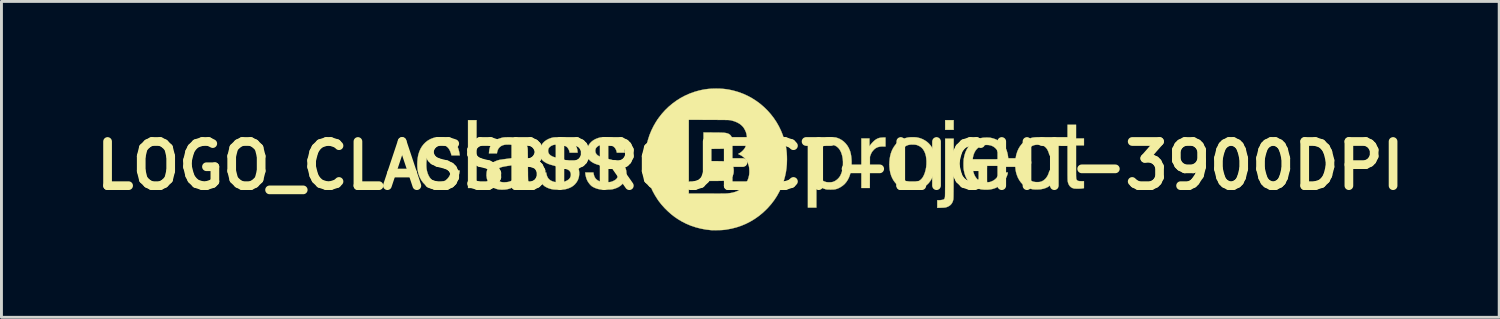
<source format=kicad_pcb>
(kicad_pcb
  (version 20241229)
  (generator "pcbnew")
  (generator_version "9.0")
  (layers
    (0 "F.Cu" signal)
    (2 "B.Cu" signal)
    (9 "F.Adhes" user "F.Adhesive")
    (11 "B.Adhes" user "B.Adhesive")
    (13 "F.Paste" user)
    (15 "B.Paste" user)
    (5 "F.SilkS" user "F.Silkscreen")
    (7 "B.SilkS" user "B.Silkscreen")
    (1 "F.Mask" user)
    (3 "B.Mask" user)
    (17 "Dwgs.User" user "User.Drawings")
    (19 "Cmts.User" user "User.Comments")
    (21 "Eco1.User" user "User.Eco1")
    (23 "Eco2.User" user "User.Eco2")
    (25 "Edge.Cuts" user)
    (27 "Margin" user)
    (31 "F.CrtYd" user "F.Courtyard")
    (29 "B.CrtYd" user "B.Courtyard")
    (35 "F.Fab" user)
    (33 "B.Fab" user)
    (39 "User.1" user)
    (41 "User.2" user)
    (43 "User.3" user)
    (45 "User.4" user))
  (footprint "LOGO_CLASSBPROJECT-LIGHT-3900DPI"
    (layer "F.Cu")
    (at 22.831 2.665)
    (property "Reference" "LOGO_CLASSBPROJECT-LIGHT-3900DPI" (at 0 0 0) (layer "F.SilkS") (effects (font (size 1.524 1.524) (thickness 0.3))))
    (attr through_hole)
    (fp_poly (pts (xy -9.444 0.769) (xy -9.737 0.769) (xy -9.737 -1.57) (xy -9.444 -1.57) (xy -9.444 0.769)) (stroke (width 0.01) (type solid)) (fill yes) (layer "F.SilkS"))
    (fp_poly (pts (xy 7.014 -1.237) (xy 6.721 -1.237) (xy 6.721 -1.57) (xy 7.014 -1.57) (xy 7.014 -1.237)) (stroke (width 0.01) (type solid)) (fill yes) (layer "F.SilkS"))
    (fp_poly (pts (xy 4.663 -0.664) (xy 4.576 -0.664) (xy 4.501 -0.661) (xy 4.436 -0.65) (xy 4.378 -0.632) (xy 4.327 -0.605) (xy 4.28 -0.569) (xy 4.255 -0.544) (xy 4.216 -0.5) (xy 4.186 -0.455) (xy 4.161 -0.405) (xy 4.146 -0.366) (xy 4.126 -0.309) (xy 4.122 0.769) (xy 3.83 0.769) (xy 3.83 -0.938) (xy 4.11 -0.938) (xy 4.11 -0.668) (xy 4.129 -0.698) (xy 4.151 -0.729) (xy 4.181 -0.765) (xy 4.215 -0.803) (xy 4.25 -0.838) (xy 4.284 -0.868) (xy 4.288 -0.872) (xy 4.339 -0.909) (xy 4.39 -0.936) (xy 4.442 -0.955) (xy 4.499 -0.966) (xy 4.564 -0.97) (xy 4.581 -0.97) (xy 4.663 -0.97) (xy 4.663 -0.664)) (stroke (width 0.01) (type solid)) (fill yes) (layer "F.SilkS"))
    (fp_poly (pts (xy -1.285 -0.156) (xy -1.194 -0.156) (xy -1.116 -0.156) (xy -1.049 -0.155) (xy -0.991 -0.154) (xy -0.941 -0.152) (xy -0.899 -0.149) (xy -0.864 -0.146) (xy -0.833 -0.141) (xy -0.807 -0.136) (xy -0.783 -0.13) (xy -0.761 -0.122) (xy -0.74 -0.113) (xy -0.725 -0.106) (xy -0.674 -0.075) (xy -0.633 -0.035) (xy -0.602 0.014) (xy -0.582 0.068) (xy -0.577 0.096) (xy -0.574 0.132) (xy -0.573 0.172) (xy -0.575 0.213) (xy -0.578 0.25) (xy -0.58 0.264) (xy -0.597 0.322) (xy -0.624 0.375) (xy -0.661 0.422) (xy -0.706 0.46) (xy -0.745 0.482) (xy -0.762 0.491) (xy -0.779 0.498) (xy -0.795 0.503) (xy -0.813 0.508) (xy -0.832 0.512) (xy -0.855 0.516) (xy -0.883 0.518) (xy -0.916 0.52) (xy -0.955 0.522) (xy -1.003 0.523) (xy -1.06 0.524) (xy -1.127 0.525) (xy -1.205 0.525) (xy -1.246 0.526) (xy -1.615 0.528) (xy -1.615 -0.156) (xy -1.285 -0.156)) (stroke (width 0.01) (type solid)) (fill yes) (layer "F.SilkS"))
    (fp_poly (pts (xy -1.265 -1.144) (xy -1.184 -1.144) (xy -1.115 -1.143) (xy -1.056 -1.142) (xy -1.006 -1.141) (xy -0.965 -1.139) (xy -0.93 -1.138) (xy -0.9 -1.135) (xy -0.875 -1.132) (xy -0.852 -1.129) (xy -0.831 -1.125) (xy -0.811 -1.12) (xy -0.789 -1.114) (xy -0.779 -1.111) (xy -0.734 -1.091) (xy -0.695 -1.061) (xy -0.666 -1.027) (xy -0.651 -1.002) (xy -0.64 -0.977) (xy -0.634 -0.949) (xy -0.63 -0.916) (xy -0.629 -0.873) (xy -0.629 -0.863) (xy -0.629 -0.826) (xy -0.631 -0.799) (xy -0.634 -0.778) (xy -0.639 -0.76) (xy -0.644 -0.748) (xy -0.668 -0.702) (xy -0.702 -0.665) (xy -0.747 -0.634) (xy -0.759 -0.628) (xy -0.778 -0.619) (xy -0.795 -0.612) (xy -0.812 -0.605) (xy -0.83 -0.6) (xy -0.849 -0.595) (xy -0.872 -0.592) (xy -0.899 -0.589) (xy -0.931 -0.587) (xy -0.971 -0.585) (xy -1.018 -0.584) (xy -1.073 -0.583) (xy -1.139 -0.582) (xy -1.217 -0.582) (xy -1.255 -0.581) (xy -1.615 -0.579) (xy -1.615 -1.147) (xy -1.265 -1.144)) (stroke (width 0.01) (type solid)) (fill yes) (layer "F.SilkS"))
    (fp_poly (pts (xy 7.012 0.103) (xy 7.012 0.239) (xy 7.012 0.363) (xy 7.012 0.476) (xy 7.011 0.577) (xy 7.011 0.668) (xy 7.011 0.748) (xy 7.01 0.82) (xy 7.01 0.882) (xy 7.009 0.937) (xy 7.009 0.984) (xy 7.008 1.025) (xy 7.008 1.059) (xy 7.007 1.087) (xy 7.006 1.111) (xy 7.005 1.13) (xy 7.004 1.146) (xy 7.003 1.158) (xy 7.002 1.168) (xy 7 1.176) (xy 6.999 1.182) (xy 6.978 1.248) (xy 6.948 1.304) (xy 6.909 1.35) (xy 6.861 1.388) (xy 6.803 1.418) (xy 6.751 1.436) (xy 6.731 1.441) (xy 6.704 1.444) (xy 6.671 1.447) (xy 6.627 1.449) (xy 6.58 1.451) (xy 6.448 1.454) (xy 6.448 1.192) (xy 6.489 1.192) (xy 6.525 1.191) (xy 6.564 1.187) (xy 6.602 1.182) (xy 6.635 1.176) (xy 6.66 1.169) (xy 6.663 1.168) (xy 6.681 1.157) (xy 6.695 1.141) (xy 6.705 1.116) (xy 6.713 1.081) (xy 6.714 1.071) (xy 6.715 1.058) (xy 6.716 1.032) (xy 6.717 0.994) (xy 6.718 0.944) (xy 6.718 0.882) (xy 6.719 0.809) (xy 6.72 0.725) (xy 6.72 0.631) (xy 6.72 0.526) (xy 6.721 0.412) (xy 6.721 0.288) (xy 6.721 0.155) (xy 6.721 0.047) (xy 6.721 -0.931) (xy 7.015 -0.931) (xy 7.012 0.103)) (stroke (width 0.01) (type solid)) (fill yes) (layer "F.SilkS"))
    (fp_poly (pts (xy 11.235 -0.938) (xy 11.508 -0.938) (xy 11.508 -0.703) (xy 11.235 -0.703) (xy 11.235 -0.132) (xy 11.235 -0.032) (xy 11.235 0.055) (xy 11.235 0.131) (xy 11.235 0.197) (xy 11.235 0.253) (xy 11.236 0.3) (xy 11.236 0.339) (xy 11.237 0.371) (xy 11.238 0.396) (xy 11.239 0.416) (xy 11.24 0.432) (xy 11.241 0.444) (xy 11.242 0.452) (xy 11.244 0.459) (xy 11.246 0.464) (xy 11.247 0.466) (xy 11.26 0.489) (xy 11.275 0.507) (xy 11.296 0.519) (xy 11.322 0.528) (xy 11.358 0.532) (xy 11.403 0.534) (xy 11.42 0.534) (xy 11.508 0.534) (xy 11.508 0.773) (xy 11.471 0.782) (xy 11.446 0.785) (xy 11.411 0.789) (xy 11.371 0.791) (xy 11.326 0.792) (xy 11.281 0.792) (xy 11.239 0.792) (xy 11.201 0.79) (xy 11.171 0.788) (xy 11.155 0.785) (xy 11.1 0.766) (xy 11.054 0.737) (xy 11.016 0.7) (xy 10.985 0.652) (xy 10.962 0.594) (xy 10.952 0.556) (xy 10.95 0.546) (xy 10.949 0.535) (xy 10.947 0.522) (xy 10.946 0.505) (xy 10.945 0.483) (xy 10.944 0.457) (xy 10.943 0.424) (xy 10.943 0.385) (xy 10.942 0.338) (xy 10.942 0.283) (xy 10.942 0.218) (xy 10.942 0.143) (xy 10.942 0.058) (xy 10.942 -0.04) (xy 10.942 -0.097) (xy 10.942 -0.703) (xy 10.707 -0.703) (xy 10.707 -0.938) (xy 10.942 -0.938) (xy 10.942 -1.413) (xy 11.235 -1.413) (xy 11.235 -0.938)) (stroke (width 0.01) (type solid)) (fill yes) (layer "F.SilkS"))
    (fp_poly (pts (xy -10.633 -0.982) (xy -10.59 -0.98) (xy -10.57 -0.977) (xy -10.477 -0.958) (xy -10.392 -0.931) (xy -10.315 -0.894) (xy -10.248 -0.849) (xy -10.19 -0.796) (xy -10.168 -0.771) (xy -10.128 -0.713) (xy -10.095 -0.647) (xy -10.067 -0.57) (xy -10.044 -0.482) (xy -10.027 -0.386) (xy -10.023 -0.358) (xy -10.308 -0.358) (xy -10.323 -0.415) (xy -10.344 -0.478) (xy -10.372 -0.538) (xy -10.404 -0.591) (xy -10.436 -0.628) (xy -10.476 -0.663) (xy -10.519 -0.689) (xy -10.569 -0.707) (xy -10.626 -0.718) (xy -10.692 -0.723) (xy -10.707 -0.723) (xy -10.751 -0.722) (xy -10.79 -0.718) (xy -10.82 -0.713) (xy -10.821 -0.713) (xy -10.888 -0.69) (xy -10.948 -0.655) (xy -11.002 -0.609) (xy -11.048 -0.553) (xy -11.088 -0.485) (xy -11.121 -0.406) (xy -11.147 -0.316) (xy -11.16 -0.256) (xy -11.166 -0.209) (xy -11.171 -0.154) (xy -11.174 -0.094) (xy -11.175 -0.032) (xy -11.174 0.027) (xy -11.17 0.08) (xy -11.167 0.111) (xy -11.15 0.197) (xy -11.125 0.277) (xy -11.094 0.348) (xy -11.056 0.411) (xy -11.013 0.462) (xy -10.973 0.499) (xy -10.931 0.525) (xy -10.885 0.545) (xy -10.853 0.554) (xy -10.809 0.562) (xy -10.758 0.566) (xy -10.705 0.566) (xy -10.656 0.562) (xy -10.623 0.557) (xy -10.562 0.536) (xy -10.506 0.503) (xy -10.455 0.459) (xy -10.409 0.405) (xy -10.37 0.342) (xy -10.339 0.269) (xy -10.316 0.197) (xy -10.309 0.169) (xy -10.023 0.169) (xy -10.027 0.194) (xy -10.049 0.299) (xy -10.079 0.394) (xy -10.116 0.479) (xy -10.161 0.554) (xy -10.215 0.62) (xy -10.276 0.676) (xy -10.32 0.707) (xy -10.382 0.744) (xy -10.445 0.772) (xy -10.513 0.794) (xy -10.591 0.81) (xy -10.592 0.811) (xy -10.628 0.815) (xy -10.671 0.818) (xy -10.72 0.82) (xy -10.771 0.82) (xy -10.819 0.819) (xy -10.863 0.816) (xy -10.898 0.812) (xy -10.905 0.81) (xy -10.995 0.786) (xy -11.079 0.751) (xy -11.156 0.704) (xy -11.227 0.647) (xy -11.29 0.581) (xy -11.346 0.504) (xy -11.393 0.419) (xy -11.432 0.325) (xy -11.456 0.245) (xy -11.474 0.157) (xy -11.485 0.06) (xy -11.488 -0.041) (xy -11.485 -0.144) (xy -11.475 -0.247) (xy -11.459 -0.345) (xy -11.449 -0.388) (xy -11.417 -0.488) (xy -11.376 -0.581) (xy -11.325 -0.666) (xy -11.266 -0.742) (xy -11.198 -0.81) (xy -11.123 -0.867) (xy -11.04 -0.915) (xy -10.95 -0.951) (xy -10.906 -0.965) (xy -10.874 -0.971) (xy -10.833 -0.976) (xy -10.785 -0.98) (xy -10.733 -0.982) (xy -10.681 -0.983) (xy -10.633 -0.982)) (stroke (width 0.01) (type solid)) (fill yes) (layer "F.SilkS"))
    (fp_poly (pts (xy 9.993 -0.982) (xy 10.036 -0.98) (xy 10.056 -0.977) (xy 10.149 -0.958) (xy 10.234 -0.931) (xy 10.311 -0.894) (xy 10.379 -0.849) (xy 10.436 -0.796) (xy 10.458 -0.771) (xy 10.498 -0.713) (xy 10.531 -0.647) (xy 10.559 -0.57) (xy 10.582 -0.482) (xy 10.599 -0.386) (xy 10.603 -0.358) (xy 10.318 -0.358) (xy 10.303 -0.415) (xy 10.282 -0.478) (xy 10.255 -0.538) (xy 10.222 -0.591) (xy 10.19 -0.628) (xy 10.15 -0.663) (xy 10.107 -0.689) (xy 10.057 -0.707) (xy 10.001 -0.718) (xy 9.934 -0.723) (xy 9.919 -0.723) (xy 9.875 -0.722) (xy 9.836 -0.718) (xy 9.807 -0.713) (xy 9.805 -0.713) (xy 9.738 -0.69) (xy 9.678 -0.655) (xy 9.624 -0.609) (xy 9.578 -0.553) (xy 9.538 -0.485) (xy 9.505 -0.406) (xy 9.479 -0.316) (xy 9.466 -0.256) (xy 9.46 -0.209) (xy 9.455 -0.154) (xy 9.452 -0.094) (xy 9.451 -0.032) (xy 9.453 0.027) (xy 9.456 0.08) (xy 9.459 0.111) (xy 9.476 0.197) (xy 9.501 0.277) (xy 9.532 0.348) (xy 9.57 0.411) (xy 9.613 0.462) (xy 9.654 0.499) (xy 9.695 0.525) (xy 9.741 0.545) (xy 9.773 0.554) (xy 9.817 0.562) (xy 9.868 0.566) (xy 9.921 0.566) (xy 9.97 0.562) (xy 10.003 0.557) (xy 10.064 0.536) (xy 10.12 0.503) (xy 10.171 0.459) (xy 10.217 0.405) (xy 10.256 0.342) (xy 10.288 0.269) (xy 10.31 0.197) (xy 10.317 0.169) (xy 10.603 0.169) (xy 10.599 0.194) (xy 10.577 0.299) (xy 10.547 0.394) (xy 10.51 0.479) (xy 10.465 0.554) (xy 10.412 0.62) (xy 10.35 0.676) (xy 10.306 0.707) (xy 10.245 0.744) (xy 10.181 0.772) (xy 10.113 0.794) (xy 10.035 0.81) (xy 10.034 0.811) (xy 9.999 0.815) (xy 9.955 0.818) (xy 9.906 0.82) (xy 9.855 0.82) (xy 9.807 0.819) (xy 9.763 0.816) (xy 9.728 0.812) (xy 9.721 0.81) (xy 9.631 0.786) (xy 9.548 0.751) (xy 9.47 0.704) (xy 9.399 0.647) (xy 9.336 0.581) (xy 9.281 0.504) (xy 9.233 0.419) (xy 9.195 0.325) (xy 9.17 0.245) (xy 9.152 0.157) (xy 9.142 0.06) (xy 9.138 -0.041) (xy 9.141 -0.144) (xy 9.151 -0.247) (xy 9.167 -0.345) (xy 9.177 -0.388) (xy 9.209 -0.488) (xy 9.25 -0.581) (xy 9.301 -0.666) (xy 9.36 -0.742) (xy 9.428 -0.81) (xy 9.504 -0.867) (xy 9.586 -0.915) (xy 9.676 -0.951) (xy 9.72 -0.965) (xy 9.752 -0.971) (xy 9.794 -0.976) (xy 9.842 -0.98) (xy 9.893 -0.982) (xy 9.945 -0.983) (xy 9.993 -0.982)) (stroke (width 0.01) (type solid)) (fill yes) (layer "F.SilkS"))
    (fp_poly (pts (xy 2.845 -0.98) (xy 2.879 -0.979) (xy 2.906 -0.978) (xy 2.927 -0.976) (xy 2.945 -0.973) (xy 2.963 -0.968) (xy 2.984 -0.962) (xy 2.986 -0.962) (xy 3.072 -0.929) (xy 3.151 -0.885) (xy 3.224 -0.83) (xy 3.289 -0.766) (xy 3.347 -0.692) (xy 3.395 -0.611) (xy 3.434 -0.521) (xy 3.442 -0.5) (xy 3.463 -0.421) (xy 3.479 -0.334) (xy 3.489 -0.239) (xy 3.494 -0.14) (xy 3.492 -0.039) (xy 3.485 0.061) (xy 3.472 0.159) (xy 3.454 0.251) (xy 3.442 0.296) (xy 3.408 0.394) (xy 3.364 0.483) (xy 3.312 0.563) (xy 3.251 0.634) (xy 3.181 0.694) (xy 3.103 0.745) (xy 3.071 0.762) (xy 3.029 0.782) (xy 2.991 0.797) (xy 2.955 0.808) (xy 2.918 0.816) (xy 2.877 0.821) (xy 2.829 0.823) (xy 2.771 0.824) (xy 2.765 0.824) (xy 2.72 0.823) (xy 2.685 0.823) (xy 2.658 0.822) (xy 2.637 0.82) (xy 2.619 0.817) (xy 2.601 0.813) (xy 2.581 0.807) (xy 2.576 0.805) (xy 2.528 0.789) (xy 2.487 0.771) (xy 2.45 0.75) (xy 2.413 0.722) (xy 2.374 0.688) (xy 2.353 0.668) (xy 2.279 0.596) (xy 2.279 1.021) (xy 2.279 1.446) (xy 1.986 1.446) (xy 1.986 -0.015) (xy 2.271 -0.015) (xy 2.277 0.087) (xy 2.291 0.18) (xy 2.313 0.264) (xy 2.342 0.339) (xy 2.38 0.403) (xy 2.425 0.458) (xy 2.477 0.503) (xy 2.536 0.537) (xy 2.603 0.561) (xy 2.628 0.567) (xy 2.657 0.57) (xy 2.695 0.572) (xy 2.736 0.572) (xy 2.776 0.571) (xy 2.811 0.567) (xy 2.835 0.563) (xy 2.894 0.542) (xy 2.951 0.509) (xy 3.004 0.468) (xy 3.052 0.419) (xy 3.091 0.366) (xy 3.106 0.34) (xy 3.135 0.275) (xy 3.159 0.207) (xy 3.176 0.133) (xy 3.188 0.051) (xy 3.195 -0.036) (xy 3.196 -0.137) (xy 3.189 -0.234) (xy 3.173 -0.325) (xy 3.15 -0.409) (xy 3.12 -0.485) (xy 3.083 -0.552) (xy 3.038 -0.609) (xy 3.028 -0.619) (xy 2.979 -0.661) (xy 2.925 -0.692) (xy 2.865 -0.714) (xy 2.798 -0.726) (xy 2.732 -0.729) (xy 2.692 -0.728) (xy 2.654 -0.725) (xy 2.625 -0.72) (xy 2.621 -0.72) (xy 2.554 -0.696) (xy 2.494 -0.662) (xy 2.44 -0.617) (xy 2.395 -0.561) (xy 2.356 -0.494) (xy 2.324 -0.416) (xy 2.3 -0.328) (xy 2.283 -0.23) (xy 2.274 -0.126) (xy 2.271 -0.015) (xy 1.986 -0.015) (xy 1.986 -0.925) (xy 2.273 -0.925) (xy 2.273 -0.731) (xy 2.343 -0.8) (xy 2.4 -0.852) (xy 2.455 -0.893) (xy 2.513 -0.926) (xy 2.576 -0.952) (xy 2.631 -0.969) (xy 2.65 -0.973) (xy 2.67 -0.976) (xy 2.696 -0.978) (xy 2.728 -0.979) (xy 2.77 -0.98) (xy 2.801 -0.98) (xy 2.845 -0.98)) (stroke (width 0.01) (type solid)) (fill yes) (layer "F.SilkS"))
    (fp_poly (pts (xy 5.642 -0.983) (xy 5.694 -0.98) (xy 5.739 -0.976) (xy 5.755 -0.973) (xy 5.852 -0.95) (xy 5.943 -0.915) (xy 6.029 -0.868) (xy 6.109 -0.81) (xy 6.158 -0.766) (xy 6.217 -0.699) (xy 6.266 -0.627) (xy 6.307 -0.547) (xy 6.336 -0.469) (xy 6.351 -0.415) (xy 6.363 -0.362) (xy 6.371 -0.306) (xy 6.377 -0.244) (xy 6.38 -0.172) (xy 6.381 -0.162) (xy 6.38 -0.036) (xy 6.37 0.081) (xy 6.351 0.19) (xy 6.323 0.293) (xy 6.285 0.39) (xy 6.236 0.482) (xy 6.208 0.528) (xy 6.153 0.6) (xy 6.09 0.662) (xy 6.02 0.714) (xy 5.941 0.757) (xy 5.854 0.79) (xy 5.758 0.813) (xy 5.735 0.817) (xy 5.701 0.821) (xy 5.659 0.824) (xy 5.611 0.826) (xy 5.56 0.826) (xy 5.51 0.826) (xy 5.464 0.824) (xy 5.425 0.821) (xy 5.402 0.818) (xy 5.308 0.794) (xy 5.22 0.76) (xy 5.14 0.714) (xy 5.067 0.658) (xy 5.001 0.592) (xy 4.944 0.515) (xy 4.9 0.439) (xy 4.859 0.347) (xy 4.829 0.247) (xy 4.808 0.139) (xy 4.797 0.026) (xy 4.796 -0.054) (xy 5.1 -0.054) (xy 5.104 0.043) (xy 5.116 0.134) (xy 5.136 0.219) (xy 5.163 0.296) (xy 5.197 0.364) (xy 5.237 0.424) (xy 5.284 0.474) (xy 5.336 0.513) (xy 5.362 0.527) (xy 5.401 0.545) (xy 5.439 0.557) (xy 5.478 0.566) (xy 5.522 0.57) (xy 5.574 0.571) (xy 5.601 0.571) (xy 5.642 0.57) (xy 5.673 0.568) (xy 5.698 0.566) (xy 5.719 0.562) (xy 5.74 0.556) (xy 5.755 0.551) (xy 5.811 0.528) (xy 5.861 0.497) (xy 5.905 0.456) (xy 5.944 0.407) (xy 5.978 0.346) (xy 6.009 0.274) (xy 6.021 0.239) (xy 6.048 0.143) (xy 6.066 0.047) (xy 6.074 -0.052) (xy 6.075 -0.159) (xy 6.075 -0.16) (xy 6.069 -0.242) (xy 6.06 -0.315) (xy 6.045 -0.381) (xy 6.024 -0.442) (xy 5.998 -0.501) (xy 5.996 -0.504) (xy 5.957 -0.567) (xy 5.909 -0.62) (xy 5.852 -0.664) (xy 5.787 -0.697) (xy 5.764 -0.706) (xy 5.739 -0.714) (xy 5.718 -0.72) (xy 5.695 -0.723) (xy 5.668 -0.726) (xy 5.633 -0.728) (xy 5.616 -0.728) (xy 5.557 -0.729) (xy 5.508 -0.725) (xy 5.464 -0.718) (xy 5.423 -0.705) (xy 5.382 -0.688) (xy 5.326 -0.654) (xy 5.276 -0.609) (xy 5.231 -0.554) (xy 5.192 -0.489) (xy 5.159 -0.415) (xy 5.133 -0.333) (xy 5.115 -0.244) (xy 5.103 -0.149) (xy 5.1 -0.054) (xy 4.796 -0.054) (xy 4.796 -0.092) (xy 4.799 -0.148) (xy 4.809 -0.248) (xy 4.825 -0.338) (xy 4.846 -0.42) (xy 4.873 -0.497) (xy 4.904 -0.567) (xy 4.956 -0.656) (xy 5.015 -0.735) (xy 5.082 -0.803) (xy 5.156 -0.861) (xy 5.238 -0.908) (xy 5.327 -0.945) (xy 5.422 -0.97) (xy 5.443 -0.974) (xy 5.483 -0.979) (xy 5.533 -0.982) (xy 5.587 -0.983) (xy 5.642 -0.983)) (stroke (width 0.01) (type solid)) (fill yes) (layer "F.SilkS"))
    (fp_poly (pts (xy 8.217 -0.969) (xy 8.268 -0.965) (xy 8.292 -0.961) (xy 8.381 -0.939) (xy 8.466 -0.908) (xy 8.546 -0.869) (xy 8.619 -0.822) (xy 8.683 -0.768) (xy 8.738 -0.71) (xy 8.758 -0.682) (xy 8.791 -0.631) (xy 8.819 -0.578) (xy 8.842 -0.522) (xy 8.861 -0.461) (xy 8.877 -0.395) (xy 8.889 -0.321) (xy 8.897 -0.239) (xy 8.904 -0.145) (xy 8.906 -0.093) (xy 8.909 0.007) (xy 7.666 0.007) (xy 7.666 0.034) (xy 7.667 0.062) (xy 7.671 0.098) (xy 7.678 0.139) (xy 7.685 0.18) (xy 7.694 0.217) (xy 7.698 0.233) (xy 7.724 0.308) (xy 7.758 0.375) (xy 7.799 0.433) (xy 7.846 0.482) (xy 7.899 0.519) (xy 7.921 0.531) (xy 7.963 0.549) (xy 8.005 0.561) (xy 8.049 0.569) (xy 8.1 0.572) (xy 8.157 0.571) (xy 8.197 0.57) (xy 8.228 0.568) (xy 8.252 0.564) (xy 8.275 0.559) (xy 8.298 0.552) (xy 8.301 0.551) (xy 8.371 0.52) (xy 8.434 0.479) (xy 8.488 0.429) (xy 8.533 0.369) (xy 8.568 0.301) (xy 8.575 0.283) (xy 8.594 0.235) (xy 8.739 0.235) (xy 8.884 0.234) (xy 8.88 0.259) (xy 8.865 0.316) (xy 8.841 0.378) (xy 8.81 0.441) (xy 8.772 0.504) (xy 8.731 0.562) (xy 8.686 0.615) (xy 8.675 0.626) (xy 8.605 0.686) (xy 8.528 0.735) (xy 8.443 0.775) (xy 8.351 0.804) (xy 8.267 0.82) (xy 8.227 0.824) (xy 8.178 0.827) (xy 8.125 0.827) (xy 8.071 0.826) (xy 8.02 0.823) (xy 7.975 0.818) (xy 7.946 0.813) (xy 7.856 0.788) (xy 7.77 0.75) (xy 7.689 0.7) (xy 7.613 0.639) (xy 7.607 0.633) (xy 7.545 0.569) (xy 7.493 0.501) (xy 7.45 0.428) (xy 7.415 0.348) (xy 7.387 0.26) (xy 7.366 0.163) (xy 7.359 0.117) (xy 7.356 0.082) (xy 7.354 0.036) (xy 7.353 -0.015) (xy 7.353 -0.07) (xy 7.354 -0.124) (xy 7.357 -0.175) (xy 7.36 -0.218) (xy 7.361 -0.221) (xy 7.671 -0.221) (xy 8.137 -0.221) (xy 8.226 -0.221) (xy 8.303 -0.222) (xy 8.369 -0.222) (xy 8.425 -0.222) (xy 8.471 -0.222) (xy 8.508 -0.223) (xy 8.538 -0.223) (xy 8.561 -0.224) (xy 8.578 -0.225) (xy 8.589 -0.226) (xy 8.597 -0.227) (xy 8.601 -0.229) (xy 8.603 -0.231) (xy 8.603 -0.233) (xy 8.602 -0.253) (xy 8.597 -0.281) (xy 8.59 -0.316) (xy 8.582 -0.352) (xy 8.573 -0.388) (xy 8.565 -0.418) (xy 8.564 -0.42) (xy 8.535 -0.492) (xy 8.498 -0.554) (xy 8.452 -0.607) (xy 8.399 -0.649) (xy 8.361 -0.671) (xy 8.312 -0.692) (xy 8.263 -0.706) (xy 8.209 -0.714) (xy 8.148 -0.716) (xy 8.144 -0.716) (xy 8.069 -0.712) (xy 8.002 -0.699) (xy 7.943 -0.676) (xy 7.933 -0.671) (xy 7.87 -0.629) (xy 7.814 -0.578) (xy 7.766 -0.518) (xy 7.728 -0.449) (xy 7.699 -0.373) (xy 7.679 -0.29) (xy 7.675 -0.259) (xy 7.671 -0.221) (xy 7.361 -0.221) (xy 7.363 -0.238) (xy 7.385 -0.351) (xy 7.417 -0.456) (xy 7.46 -0.552) (xy 7.513 -0.641) (xy 7.577 -0.723) (xy 7.619 -0.767) (xy 7.691 -0.829) (xy 7.769 -0.879) (xy 7.854 -0.919) (xy 7.945 -0.949) (xy 7.989 -0.958) (xy 8.043 -0.965) (xy 8.101 -0.969) (xy 8.16 -0.97) (xy 8.217 -0.969)) (stroke (width 0.01) (type solid)) (fill yes) (layer "F.SilkS"))
    (fp_poly (pts (xy -6.562 -0.98) (xy -6.511 -0.978) (xy -6.468 -0.975) (xy -6.43 -0.971) (xy -6.395 -0.964) (xy -6.361 -0.955) (xy -6.325 -0.943) (xy -6.303 -0.935) (xy -6.236 -0.905) (xy -6.176 -0.869) (xy -6.138 -0.84) (xy -6.091 -0.794) (xy -6.049 -0.74) (xy -6.014 -0.681) (xy -5.986 -0.618) (xy -5.968 -0.555) (xy -5.96 -0.495) (xy -5.959 -0.484) (xy -5.959 -0.449) (xy -6.232 -0.449) (xy -6.239 -0.485) (xy -6.251 -0.526) (xy -6.27 -0.567) (xy -6.293 -0.605) (xy -6.318 -0.635) (xy -6.321 -0.638) (xy -6.357 -0.665) (xy -6.402 -0.689) (xy -6.453 -0.709) (xy -6.47 -0.714) (xy -6.497 -0.719) (xy -6.533 -0.723) (xy -6.576 -0.726) (xy -6.622 -0.728) (xy -6.667 -0.729) (xy -6.709 -0.728) (xy -6.745 -0.725) (xy -6.759 -0.723) (xy -6.812 -0.709) (xy -6.862 -0.687) (xy -6.905 -0.658) (xy -6.939 -0.624) (xy -6.957 -0.596) (xy -6.966 -0.571) (xy -6.972 -0.54) (xy -6.974 -0.526) (xy -6.972 -0.477) (xy -6.958 -0.433) (xy -6.932 -0.394) (xy -6.894 -0.358) (xy -6.844 -0.327) (xy -6.798 -0.307) (xy -6.78 -0.3) (xy -6.751 -0.292) (xy -6.714 -0.281) (xy -6.67 -0.269) (xy -6.62 -0.256) (xy -6.568 -0.243) (xy -6.539 -0.235) (xy -6.446 -0.212) (xy -6.366 -0.19) (xy -6.296 -0.17) (xy -6.236 -0.151) (xy -6.184 -0.133) (xy -6.14 -0.115) (xy -6.102 -0.097) (xy -6.07 -0.079) (xy -6.041 -0.06) (xy -6.033 -0.053) (xy -6.003 -0.024) (xy -5.974 0.013) (xy -5.949 0.054) (xy -5.93 0.094) (xy -5.928 0.098) (xy -5.91 0.164) (xy -5.902 0.235) (xy -5.903 0.309) (xy -5.913 0.383) (xy -5.933 0.454) (xy -5.955 0.507) (xy -5.999 0.579) (xy -6.051 0.642) (xy -6.112 0.696) (xy -6.182 0.741) (xy -6.262 0.777) (xy -6.351 0.805) (xy -6.356 0.806) (xy -6.379 0.811) (xy -6.4 0.815) (xy -6.422 0.818) (xy -6.446 0.82) (xy -6.475 0.822) (xy -6.512 0.823) (xy -6.558 0.824) (xy -6.584 0.824) (xy -6.632 0.824) (xy -6.677 0.824) (xy -6.719 0.824) (xy -6.754 0.822) (xy -6.78 0.821) (xy -6.79 0.82) (xy -6.862 0.807) (xy -6.933 0.787) (xy -7 0.761) (xy -7.059 0.731) (xy -7.102 0.703) (xy -7.136 0.673) (xy -7.171 0.635) (xy -7.204 0.59) (xy -7.235 0.544) (xy -7.252 0.511) (xy -7.277 0.453) (xy -7.297 0.387) (xy -7.312 0.32) (xy -7.317 0.282) (xy -7.322 0.234) (xy -7.041 0.234) (xy -7.037 0.259) (xy -7.033 0.279) (xy -7.027 0.305) (xy -7.024 0.321) (xy -7.003 0.381) (xy -6.973 0.433) (xy -6.933 0.477) (xy -6.882 0.513) (xy -6.822 0.541) (xy -6.751 0.561) (xy -6.719 0.567) (xy -6.687 0.57) (xy -6.647 0.572) (xy -6.602 0.572) (xy -6.556 0.571) (xy -6.511 0.568) (xy -6.471 0.564) (xy -6.44 0.559) (xy -6.431 0.557) (xy -6.387 0.542) (xy -6.342 0.522) (xy -6.301 0.499) (xy -6.267 0.475) (xy -6.252 0.462) (xy -6.222 0.423) (xy -6.201 0.378) (xy -6.191 0.331) (xy -6.191 0.283) (xy -6.202 0.237) (xy -6.22 0.2) (xy -6.232 0.184) (xy -6.245 0.17) (xy -6.261 0.156) (xy -6.281 0.144) (xy -6.306 0.131) (xy -6.336 0.119) (xy -6.374 0.106) (xy -6.419 0.091) (xy -6.474 0.076) (xy -6.538 0.058) (xy -6.614 0.038) (xy -6.65 0.029) (xy -6.721 0.011) (xy -6.782 -0.005) (xy -6.833 -0.019) (xy -6.875 -0.031) (xy -6.911 -0.042) (xy -6.942 -0.052) (xy -6.968 -0.062) (xy -6.993 -0.072) (xy -7.016 -0.083) (xy -7.04 -0.095) (xy -7.041 -0.095) (xy -7.109 -0.136) (xy -7.165 -0.182) (xy -7.21 -0.234) (xy -7.243 -0.292) (xy -7.264 -0.355) (xy -7.273 -0.424) (xy -7.272 -0.485) (xy -7.259 -0.569) (xy -7.235 -0.646) (xy -7.2 -0.716) (xy -7.155 -0.779) (xy -7.099 -0.835) (xy -7.033 -0.883) (xy -6.957 -0.923) (xy -6.872 -0.955) (xy -6.834 -0.965) (xy -6.814 -0.97) (xy -6.795 -0.974) (xy -6.775 -0.976) (xy -6.752 -0.978) (xy -6.723 -0.979) (xy -6.685 -0.98) (xy -6.638 -0.98) (xy -6.624 -0.98) (xy -6.562 -0.98)) (stroke (width 0.01) (type solid)) (fill yes) (layer "F.SilkS"))
    (fp_poly (pts (xy -4.934 -0.98) (xy -4.882 -0.978) (xy -4.839 -0.975) (xy -4.802 -0.971) (xy -4.767 -0.964) (xy -4.733 -0.955) (xy -4.697 -0.943) (xy -4.675 -0.935) (xy -4.608 -0.905) (xy -4.548 -0.869) (xy -4.51 -0.84) (xy -4.463 -0.794) (xy -4.421 -0.74) (xy -4.386 -0.681) (xy -4.358 -0.618) (xy -4.339 -0.555) (xy -4.331 -0.495) (xy -4.331 -0.484) (xy -4.331 -0.449) (xy -4.604 -0.449) (xy -4.611 -0.485) (xy -4.623 -0.526) (xy -4.642 -0.567) (xy -4.665 -0.605) (xy -4.69 -0.635) (xy -4.693 -0.638) (xy -4.729 -0.665) (xy -4.774 -0.689) (xy -4.825 -0.709) (xy -4.842 -0.714) (xy -4.869 -0.719) (xy -4.905 -0.723) (xy -4.948 -0.726) (xy -4.994 -0.728) (xy -5.039 -0.729) (xy -5.081 -0.728) (xy -5.116 -0.725) (xy -5.13 -0.723) (xy -5.184 -0.709) (xy -5.234 -0.687) (xy -5.276 -0.658) (xy -5.311 -0.624) (xy -5.329 -0.596) (xy -5.338 -0.571) (xy -5.344 -0.54) (xy -5.346 -0.526) (xy -5.343 -0.477) (xy -5.33 -0.433) (xy -5.304 -0.394) (xy -5.266 -0.358) (xy -5.216 -0.327) (xy -5.17 -0.307) (xy -5.152 -0.3) (xy -5.123 -0.292) (xy -5.086 -0.281) (xy -5.041 -0.269) (xy -4.992 -0.256) (xy -4.94 -0.243) (xy -4.911 -0.235) (xy -4.818 -0.212) (xy -4.738 -0.19) (xy -4.668 -0.17) (xy -4.607 -0.151) (xy -4.556 -0.133) (xy -4.511 -0.115) (xy -4.474 -0.097) (xy -4.441 -0.079) (xy -4.413 -0.06) (xy -4.405 -0.053) (xy -4.375 -0.024) (xy -4.346 0.013) (xy -4.321 0.054) (xy -4.301 0.094) (xy -4.3 0.098) (xy -4.282 0.164) (xy -4.274 0.235) (xy -4.275 0.309) (xy -4.285 0.383) (xy -4.305 0.454) (xy -4.327 0.507) (xy -4.37 0.579) (xy -4.422 0.642) (xy -4.484 0.696) (xy -4.554 0.741) (xy -4.634 0.777) (xy -4.723 0.805) (xy -4.727 0.806) (xy -4.751 0.811) (xy -4.772 0.815) (xy -4.794 0.818) (xy -4.818 0.82) (xy -4.847 0.822) (xy -4.883 0.823) (xy -4.929 0.824) (xy -4.956 0.824) (xy -5.004 0.824) (xy -5.049 0.824) (xy -5.091 0.824) (xy -5.126 0.822) (xy -5.152 0.821) (xy -5.161 0.82) (xy -5.234 0.807) (xy -5.305 0.787) (xy -5.371 0.761) (xy -5.431 0.731) (xy -5.474 0.703) (xy -5.507 0.673) (xy -5.542 0.635) (xy -5.576 0.59) (xy -5.606 0.544) (xy -5.624 0.511) (xy -5.649 0.453) (xy -5.669 0.387) (xy -5.684 0.32) (xy -5.689 0.282) (xy -5.694 0.234) (xy -5.413 0.234) (xy -5.409 0.259) (xy -5.405 0.279) (xy -5.399 0.305) (xy -5.395 0.321) (xy -5.375 0.381) (xy -5.345 0.433) (xy -5.304 0.477) (xy -5.254 0.513) (xy -5.194 0.541) (xy -5.123 0.561) (xy -5.091 0.567) (xy -5.059 0.57) (xy -5.019 0.572) (xy -4.974 0.572) (xy -4.927 0.571) (xy -4.883 0.568) (xy -4.843 0.564) (xy -4.812 0.559) (xy -4.803 0.557) (xy -4.758 0.542) (xy -4.714 0.522) (xy -4.672 0.499) (xy -4.639 0.475) (xy -4.623 0.462) (xy -4.594 0.423) (xy -4.573 0.378) (xy -4.563 0.331) (xy -4.563 0.283) (xy -4.574 0.237) (xy -4.592 0.2) (xy -4.604 0.184) (xy -4.617 0.17) (xy -4.633 0.156) (xy -4.653 0.144) (xy -4.677 0.131) (xy -4.708 0.119) (xy -4.745 0.106) (xy -4.791 0.091) (xy -4.845 0.076) (xy -4.91 0.058) (xy -4.986 0.038) (xy -5.021 0.029) (xy -5.093 0.011) (xy -5.154 -0.005) (xy -5.204 -0.019) (xy -5.247 -0.031) (xy -5.283 -0.042) (xy -5.313 -0.052) (xy -5.34 -0.062) (xy -5.364 -0.072) (xy -5.388 -0.083) (xy -5.412 -0.095) (xy -5.412 -0.095) (xy -5.481 -0.136) (xy -5.537 -0.182) (xy -5.582 -0.234) (xy -5.614 -0.292) (xy -5.636 -0.355) (xy -5.645 -0.424) (xy -5.644 -0.485) (xy -5.631 -0.569) (xy -5.607 -0.646) (xy -5.572 -0.716) (xy -5.526 -0.779) (xy -5.47 -0.835) (xy -5.405 -0.883) (xy -5.329 -0.923) (xy -5.244 -0.955) (xy -5.206 -0.965) (xy -5.186 -0.97) (xy -5.167 -0.974) (xy -5.147 -0.976) (xy -5.124 -0.978) (xy -5.094 -0.979) (xy -5.057 -0.98) (xy -5.01 -0.98) (xy -4.995 -0.98) (xy -4.934 -0.98)) (stroke (width 0.01) (type solid)) (fill yes) (layer "F.SilkS"))
    (fp_poly (pts (xy -1.063 -2.658) (xy -0.956 -2.652) (xy -0.853 -2.641) (xy -0.751 -2.626) (xy -0.646 -2.604) (xy -0.581 -2.589) (xy -0.414 -2.541) (xy -0.252 -2.482) (xy -0.096 -2.411) (xy 0.055 -2.33) (xy 0.199 -2.238) (xy 0.337 -2.137) (xy 0.467 -2.026) (xy 0.589 -1.907) (xy 0.703 -1.779) (xy 0.808 -1.644) (xy 0.903 -1.502) (xy 0.988 -1.353) (xy 1.062 -1.199) (xy 1.126 -1.038) (xy 1.178 -0.873) (xy 1.191 -0.823) (xy 1.215 -0.722) (xy 1.233 -0.626) (xy 1.247 -0.531) (xy 1.256 -0.435) (xy 1.262 -0.334) (xy 1.264 -0.224) (xy 1.264 -0.214) (xy 1.26 -0.059) (xy 1.247 0.089) (xy 1.226 0.233) (xy 1.195 0.374) (xy 1.155 0.516) (xy 1.135 0.576) (xy 1.072 0.741) (xy 0.999 0.898) (xy 0.916 1.048) (xy 0.822 1.191) (xy 0.717 1.328) (xy 0.6 1.46) (xy 0.57 1.491) (xy 0.439 1.616) (xy 0.301 1.73) (xy 0.157 1.832) (xy 0.007 1.923) (xy -0.149 2.003) (xy -0.311 2.071) (xy -0.478 2.127) (xy -0.651 2.171) (xy -0.83 2.204) (xy -0.862 2.208) (xy -0.901 2.213) (xy -0.942 2.217) (xy -0.987 2.22) (xy -1.038 2.222) (xy -1.098 2.223) (xy -1.143 2.224) (xy -1.192 2.224) (xy -1.238 2.225) (xy -1.28 2.225) (xy -1.314 2.224) (xy -1.34 2.224) (xy -1.354 2.223) (xy -1.355 2.223) (xy -1.537 2.202) (xy -1.711 2.169) (xy -1.879 2.126) (xy -2.041 2.073) (xy -2.198 2.008) (xy -2.351 1.931) (xy -2.481 1.854) (xy -2.605 1.771) (xy -2.727 1.676) (xy -2.844 1.572) (xy -2.956 1.462) (xy -3.06 1.346) (xy -3.154 1.227) (xy -3.193 1.172) (xy -3.289 1.02) (xy -3.32 0.964) (xy -2.123 0.964) (xy -1.492 0.964) (xy -1.384 0.964) (xy -1.282 0.964) (xy -1.188 0.963) (xy -1.103 0.963) (xy -1.026 0.962) (xy -0.959 0.961) (xy -0.902 0.961) (xy -0.856 0.96) (xy -0.821 0.959) (xy -0.798 0.958) (xy -0.794 0.957) (xy -0.694 0.945) (xy -0.605 0.928) (xy -0.526 0.906) (xy -0.454 0.878) (xy -0.389 0.845) (xy -0.329 0.804) (xy -0.272 0.757) (xy -0.268 0.752) (xy -0.201 0.681) (xy -0.145 0.601) (xy -0.099 0.515) (xy -0.065 0.423) (xy -0.042 0.326) (xy -0.042 0.325) (xy -0.036 0.276) (xy -0.033 0.22) (xy -0.034 0.162) (xy -0.037 0.104) (xy -0.043 0.052) (xy -0.051 0.01) (xy -0.08 -0.077) (xy -0.118 -0.155) (xy -0.166 -0.225) (xy -0.223 -0.285) (xy -0.289 -0.335) (xy -0.364 -0.377) (xy -0.373 -0.381) (xy -0.394 -0.391) (xy -0.409 -0.399) (xy -0.417 -0.404) (xy -0.417 -0.404) (xy -0.412 -0.409) (xy -0.399 -0.416) (xy -0.356 -0.441) (xy -0.31 -0.474) (xy -0.266 -0.514) (xy -0.226 -0.557) (xy -0.194 -0.601) (xy -0.181 -0.623) (xy -0.152 -0.689) (xy -0.131 -0.764) (xy -0.119 -0.844) (xy -0.115 -0.927) (xy -0.119 -1.011) (xy -0.133 -1.093) (xy -0.137 -1.109) (xy -0.152 -1.158) (xy -0.175 -1.211) (xy -0.201 -1.262) (xy -0.23 -1.309) (xy -0.25 -1.337) (xy -0.307 -1.395) (xy -0.373 -1.446) (xy -0.448 -1.489) (xy -0.534 -1.526) (xy -0.63 -1.555) (xy -0.687 -1.568) (xy -0.697 -1.569) (xy -0.708 -1.571) (xy -0.722 -1.572) (xy -0.74 -1.574) (xy -0.761 -1.575) (xy -0.788 -1.576) (xy -0.82 -1.576) (xy -0.859 -1.577) (xy -0.904 -1.578) (xy -0.958 -1.578) (xy -1.021 -1.579) (xy -1.094 -1.579) (xy -1.176 -1.58) (xy -1.27 -1.58) (xy -1.376 -1.581) (xy -1.431 -1.581) (xy -2.123 -1.583) (xy -2.123 0.964) (xy -3.32 0.964) (xy -3.374 0.864) (xy -3.446 0.702) (xy -3.506 0.536) (xy -3.554 0.365) (xy -3.59 0.19) (xy -3.611 0.034) (xy -3.618 -0.048) (xy -3.621 -0.138) (xy -3.622 -0.234) (xy -3.619 -0.331) (xy -3.614 -0.426) (xy -3.606 -0.515) (xy -3.601 -0.557) (xy -3.572 -0.728) (xy -3.53 -0.895) (xy -3.477 -1.058) (xy -3.412 -1.216) (xy -3.337 -1.368) (xy -3.252 -1.515) (xy -3.157 -1.655) (xy -3.052 -1.789) (xy -2.939 -1.915) (xy -2.817 -2.033) (xy -2.687 -2.142) (xy -2.55 -2.243) (xy -2.407 -2.333) (xy -2.256 -2.414) (xy -2.1 -2.484) (xy -1.938 -2.543) (xy -1.777 -2.589) (xy -1.668 -2.614) (xy -1.564 -2.633) (xy -1.463 -2.646) (xy -1.359 -2.655) (xy -1.249 -2.659) (xy -1.179 -2.66) (xy -1.063 -2.658)) (stroke (width 0.01) (type solid)) (fill yes) (layer "F.SilkS"))
    (fp_poly (pts (xy -8.203 -0.978) (xy -8.13 -0.968) (xy -8.062 -0.954) (xy -7.998 -0.934) (xy -7.934 -0.908) (xy -7.916 -0.899) (xy -7.851 -0.862) (xy -7.798 -0.821) (xy -7.754 -0.773) (xy -7.72 -0.718) (xy -7.694 -0.655) (xy -7.687 -0.635) (xy -7.685 -0.627) (xy -7.683 -0.618) (xy -7.682 -0.607) (xy -7.681 -0.592) (xy -7.679 -0.573) (xy -7.678 -0.55) (xy -7.677 -0.521) (xy -7.676 -0.485) (xy -7.676 -0.442) (xy -7.675 -0.39) (xy -7.674 -0.33) (xy -7.674 -0.259) (xy -7.673 -0.178) (xy -7.673 -0.084) (xy -7.672 -0.036) (xy -7.672 0.067) (xy -7.671 0.158) (xy -7.67 0.237) (xy -7.67 0.305) (xy -7.669 0.363) (xy -7.668 0.411) (xy -7.667 0.45) (xy -7.666 0.482) (xy -7.665 0.505) (xy -7.663 0.522) (xy -7.662 0.533) (xy -7.661 0.539) (xy -7.66 0.539) (xy -7.65 0.554) (xy -7.636 0.564) (xy -7.618 0.57) (xy -7.592 0.573) (xy -7.556 0.572) (xy -7.551 0.572) (xy -7.483 0.569) (xy -7.483 0.781) (xy -7.517 0.792) (xy -7.544 0.798) (xy -7.579 0.802) (xy -7.62 0.805) (xy -7.663 0.807) (xy -7.704 0.806) (xy -7.741 0.804) (xy -7.77 0.801) (xy -7.777 0.799) (xy -7.825 0.779) (xy -7.865 0.749) (xy -7.898 0.71) (xy -7.924 0.659) (xy -7.944 0.598) (xy -7.949 0.578) (xy -7.952 0.561) (xy -7.983 0.594) (xy -8.027 0.635) (xy -8.081 0.677) (xy -8.141 0.716) (xy -8.204 0.75) (xy -8.266 0.778) (xy -8.277 0.782) (xy -8.342 0.802) (xy -8.407 0.816) (xy -8.475 0.824) (xy -8.552 0.827) (xy -8.559 0.827) (xy -8.6 0.826) (xy -8.639 0.824) (xy -8.671 0.821) (xy -8.695 0.818) (xy -8.698 0.817) (xy -8.752 0.802) (xy -8.807 0.782) (xy -8.855 0.759) (xy -8.862 0.755) (xy -8.891 0.735) (xy -8.924 0.707) (xy -8.958 0.674) (xy -8.99 0.64) (xy -9.017 0.607) (xy -9.035 0.58) (xy -9.065 0.516) (xy -9.086 0.446) (xy -9.097 0.372) (xy -9.099 0.33) (xy -8.795 0.33) (xy -8.786 0.385) (xy -8.765 0.435) (xy -8.733 0.478) (xy -8.69 0.515) (xy -8.637 0.546) (xy -8.597 0.561) (xy -8.568 0.567) (xy -8.53 0.571) (xy -8.486 0.572) (xy -8.439 0.57) (xy -8.393 0.566) (xy -8.351 0.56) (xy -8.327 0.554) (xy -8.299 0.545) (xy -8.265 0.532) (xy -8.229 0.517) (xy -8.2 0.504) (xy -8.165 0.486) (xy -8.139 0.471) (xy -8.116 0.455) (xy -8.095 0.436) (xy -8.08 0.421) (xy -8.045 0.382) (xy -8.019 0.344) (xy -8.012 0.332) (xy -8 0.306) (xy -7.99 0.281) (xy -7.982 0.256) (xy -7.977 0.229) (xy -7.973 0.198) (xy -7.97 0.16) (xy -7.968 0.113) (xy -7.967 0.06) (xy -7.966 0.017) (xy -7.966 -0.021) (xy -7.966 -0.052) (xy -7.966 -0.076) (xy -7.966 -0.089) (xy -7.967 -0.091) (xy -7.974 -0.089) (xy -7.989 -0.082) (xy -8.01 -0.073) (xy -8.012 -0.072) (xy -8.046 -0.058) (xy -8.085 -0.046) (xy -8.132 -0.034) (xy -8.188 -0.022) (xy -8.254 -0.01) (xy -8.331 0.002) (xy -8.341 0.003) (xy -8.416 0.015) (xy -8.479 0.026) (xy -8.533 0.037) (xy -8.578 0.048) (xy -8.615 0.061) (xy -8.647 0.074) (xy -8.674 0.09) (xy -8.699 0.108) (xy -8.717 0.124) (xy -8.753 0.166) (xy -8.778 0.213) (xy -8.791 0.268) (xy -8.792 0.27) (xy -8.795 0.33) (xy -9.099 0.33) (xy -9.1 0.296) (xy -9.094 0.22) (xy -9.078 0.148) (xy -9.053 0.081) (xy -9.035 0.046) (xy -8.994 -0.011) (xy -8.942 -0.062) (xy -8.881 -0.108) (xy -8.81 -0.147) (xy -8.732 -0.178) (xy -8.659 -0.199) (xy -8.644 -0.202) (xy -8.618 -0.206) (xy -8.581 -0.211) (xy -8.537 -0.218) (xy -8.486 -0.225) (xy -8.43 -0.232) (xy -8.371 -0.24) (xy -8.344 -0.244) (xy -8.277 -0.252) (xy -8.221 -0.26) (xy -8.176 -0.266) (xy -8.139 -0.271) (xy -8.111 -0.276) (xy -8.089 -0.28) (xy -8.072 -0.283) (xy -8.059 -0.287) (xy -8.049 -0.291) (xy -8.04 -0.295) (xy -8.035 -0.298) (xy -8.01 -0.316) (xy -7.99 -0.339) (xy -7.982 -0.352) (xy -7.973 -0.369) (xy -7.967 -0.383) (xy -7.964 -0.399) (xy -7.962 -0.42) (xy -7.962 -0.449) (xy -7.962 -0.456) (xy -7.964 -0.504) (xy -7.969 -0.542) (xy -7.98 -0.574) (xy -7.998 -0.603) (xy -8.018 -0.628) (xy -8.058 -0.663) (xy -8.11 -0.691) (xy -8.172 -0.713) (xy -8.174 -0.713) (xy -8.206 -0.72) (xy -8.248 -0.724) (xy -8.296 -0.727) (xy -8.346 -0.729) (xy -8.395 -0.728) (xy -8.44 -0.726) (xy -8.476 -0.721) (xy -8.484 -0.72) (xy -8.549 -0.701) (xy -8.603 -0.674) (xy -8.649 -0.638) (xy -8.684 -0.594) (xy -8.712 -0.541) (xy -8.731 -0.477) (xy -8.737 -0.448) (xy -8.741 -0.423) (xy -9.016 -0.423) (xy -9.011 -0.476) (xy -9 -0.562) (xy -8.98 -0.638) (xy -8.951 -0.706) (xy -8.914 -0.766) (xy -8.866 -0.819) (xy -8.809 -0.864) (xy -8.741 -0.903) (xy -8.662 -0.935) (xy -8.574 -0.962) (xy -8.55 -0.968) (xy -8.527 -0.972) (xy -8.503 -0.976) (xy -8.475 -0.978) (xy -8.441 -0.98) (xy -8.398 -0.981) (xy -8.375 -0.982) (xy -8.284 -0.982) (xy -8.203 -0.978)) (stroke (width 0.01) (type solid)) (fill yes) (layer "F.SilkS")))
  (gr_rect
    (start -3 -3)
    (end 48.662 7.895)
    (stroke (width 0.1) (type default))
    (fill no)
    (layer "Edge.Cuts")))
</source>
